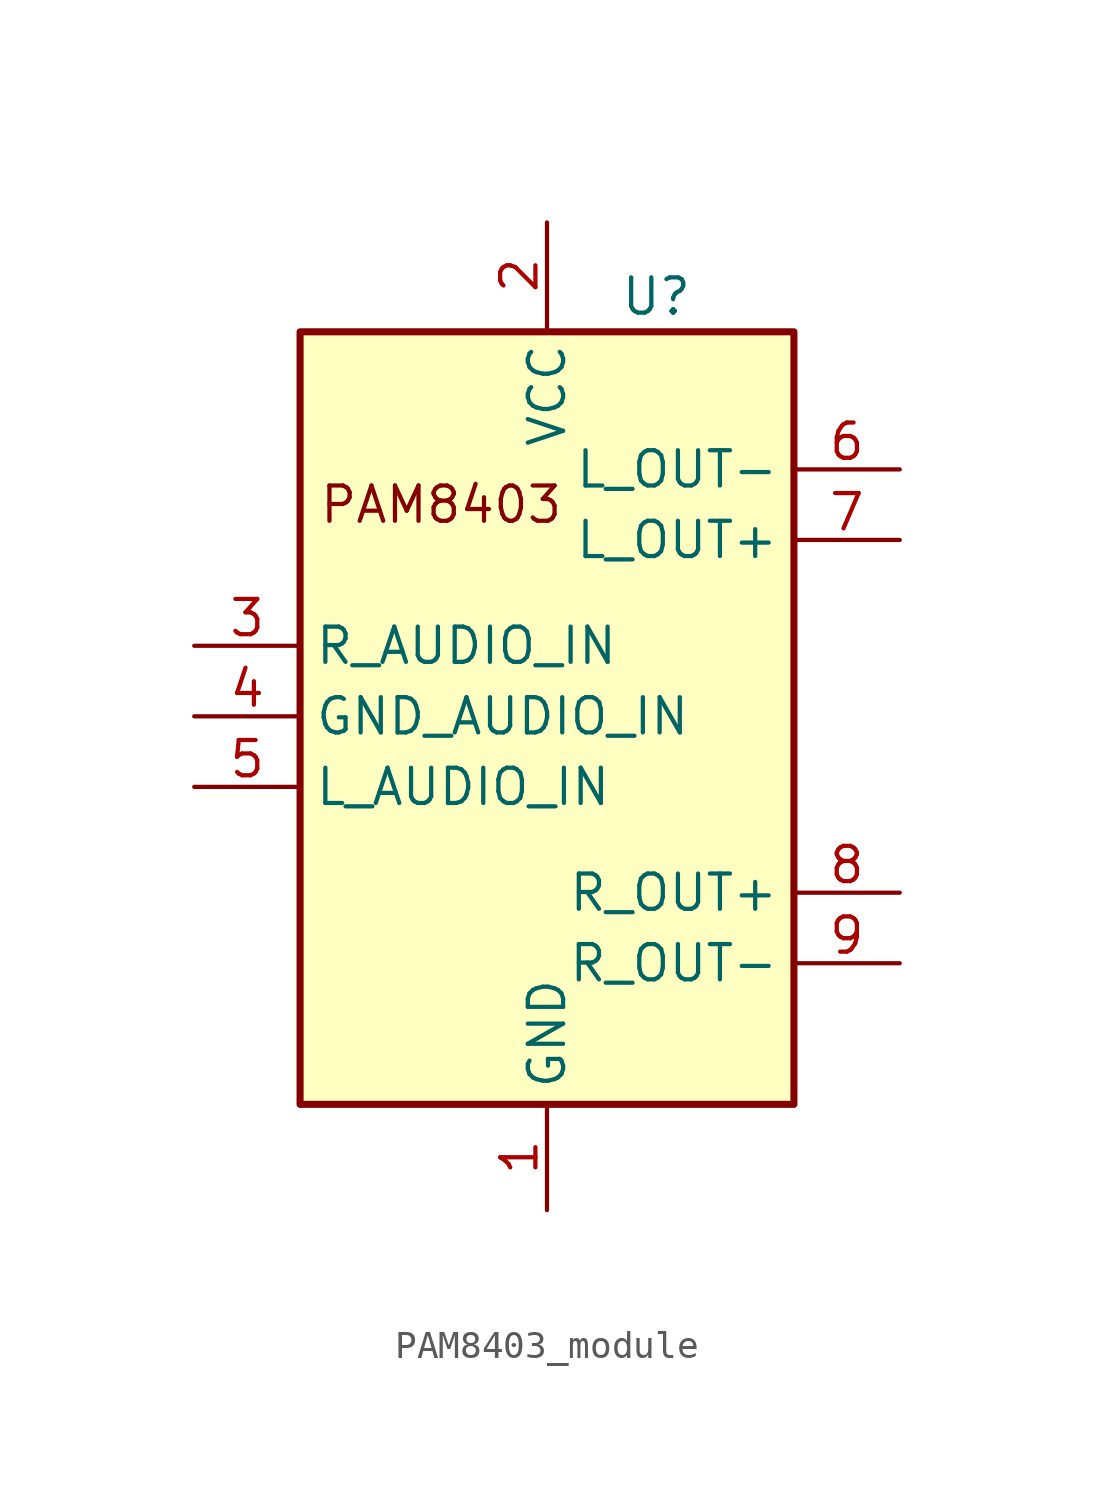
<source format=kicad_sym>
(kicad_symbol_lib
  (version 20220914)
  (generator kicad_symbol_editor)
  (symbol "PAM8403_module"
    (property "Reference" "U"
      (at 1.397 -2.667 0)
      (effects (font (size 1.27 1.27))))
    (property "Value" ""
      (at 0 0 0)
      (effects (font (size 1.27 1.27))))
    (symbol "PAM8403_module_0_1"
      (rectangle (start -11.43 -3.937) (end 6.35 -31.75) (stroke (width 0.254) (type default)) (fill (type background))))
    (symbol "PAM8403_module_1_1"
      (text "PAM8403" (at -6.35 -10.16 0) (effects (font (size 1.27 1.27))))
      (pin power_out line (at -2.54 -35.56 90) (length 3.81) (name "GND" (effects (font (size 1.27 1.27)))) (number "1" (effects (font (size 1.27 1.27)))))
      (pin power_in line (at -2.54 0 270) (length 3.81) (name "VCC" (effects (font (size 1.27 1.27)))) (number "2" (effects (font (size 1.27 1.27)))))
      (pin input line (at -15.24 -15.24 0) (length 3.81) (name "R_AUDIO_IN" (effects (font (size 1.27 1.27)))) (number "3" (effects (font (size 1.27 1.27)))))
      (pin input line (at -15.24 -17.78 0) (length 3.81) (name "GND_AUDIO_IN" (effects (font (size 1.27 1.27)))) (number "4" (effects (font (size 1.27 1.27)))))
      (pin input line (at -15.24 -20.32 0) (length 3.81) (name "L_AUDIO_IN" (effects (font (size 1.27 1.27)))) (number "5" (effects (font (size 1.27 1.27)))))
      (pin output line (at 10.16 -8.89 180) (length 3.81) (name "L_OUT-" (effects (font (size 1.27 1.27)))) (number "6" (effects (font (size 1.27 1.27)))))
      (pin output line (at 10.16 -11.43 180) (length 3.81) (name "L_OUT+" (effects (font (size 1.27 1.27)))) (number "7" (effects (font (size 1.27 1.27)))))
      (pin output line (at 10.16 -24.13 180) (length 3.81) (name "R_OUT+" (effects (font (size 1.27 1.27)))) (number "8" (effects (font (size 1.27 1.27)))))
      (pin output line (at 10.16 -26.67 180) (length 3.81) (name "R_OUT-" (effects (font (size 1.27 1.27)))) (number "9" (effects (font (size 1.27 1.27))))))))
</source>
